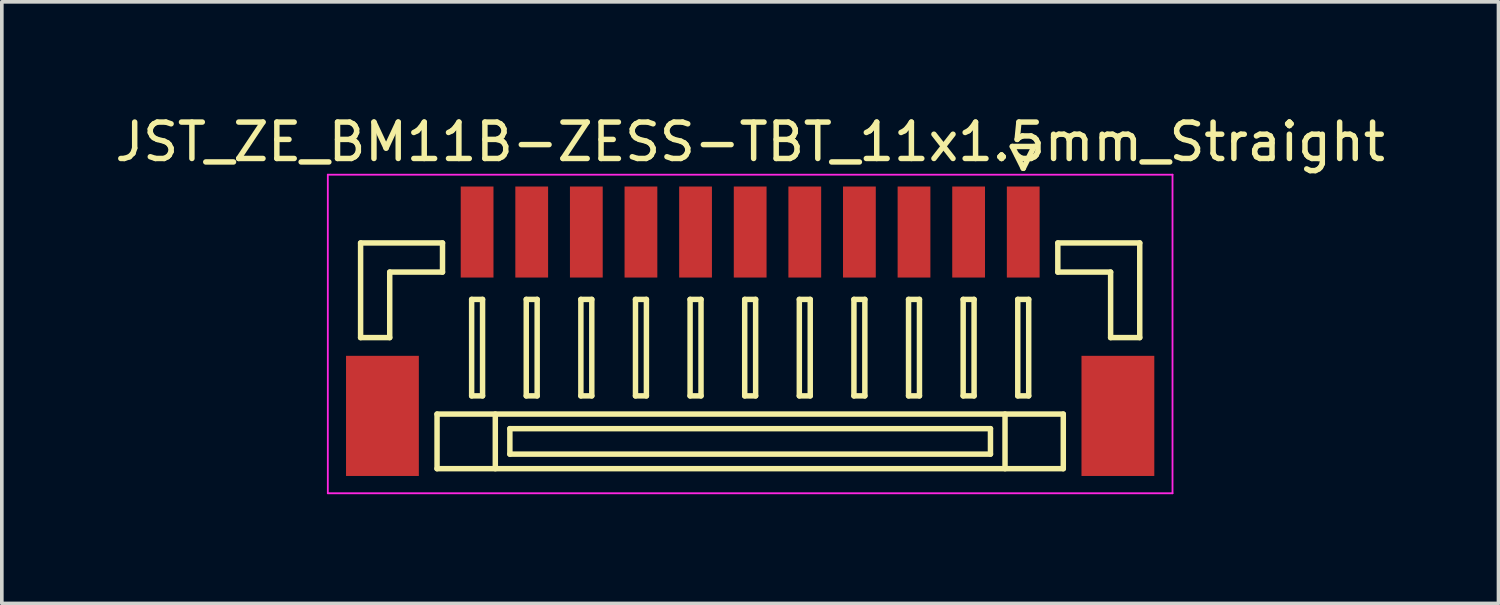
<source format=kicad_pcb>
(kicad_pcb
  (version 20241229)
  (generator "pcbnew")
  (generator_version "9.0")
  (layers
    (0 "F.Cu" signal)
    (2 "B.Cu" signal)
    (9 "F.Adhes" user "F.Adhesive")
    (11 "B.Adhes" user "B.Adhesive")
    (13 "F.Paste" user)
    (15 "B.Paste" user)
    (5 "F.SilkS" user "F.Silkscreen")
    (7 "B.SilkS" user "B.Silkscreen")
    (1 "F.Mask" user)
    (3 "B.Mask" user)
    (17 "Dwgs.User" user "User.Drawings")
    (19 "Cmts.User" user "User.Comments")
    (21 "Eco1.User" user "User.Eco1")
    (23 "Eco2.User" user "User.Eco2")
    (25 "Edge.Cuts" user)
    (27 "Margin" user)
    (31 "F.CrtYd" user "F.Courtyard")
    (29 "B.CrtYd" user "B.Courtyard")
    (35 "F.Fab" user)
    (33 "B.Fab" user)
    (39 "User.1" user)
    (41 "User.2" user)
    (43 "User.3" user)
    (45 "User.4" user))
  (footprint "JST_ZE_BM11B-ZESS-TBT_11x1.5mm_Straight"
    (layer "F.Cu")
    (at 17.554 5.848)
    (property "Reference" "JST_ZE_BM11B-ZESS-TBT_11x1.5mm_Straight" (at 0 -5 0) (layer "F.SilkS") (effects (font (size 1 1) (thickness 0.15))))
    (attr smd)
    (fp_line (start -10.7 -2.225) (end -10.7 0.375) (stroke (width 0.15) (type solid)) (layer "F.SilkS"))
    (fp_line (start -10.7 0.375) (end -9.9 0.375) (stroke (width 0.15) (type solid)) (layer "F.SilkS"))
    (fp_line (start -9.9 -1.425) (end -8.45 -1.425) (stroke (width 0.15) (type solid)) (layer "F.SilkS"))
    (fp_line (start -9.9 0.375) (end -9.9 -1.425) (stroke (width 0.15) (type solid)) (layer "F.SilkS"))
    (fp_line (start -8.6 2.475) (end -8.6 3.975) (stroke (width 0.15) (type solid)) (layer "F.SilkS"))
    (fp_line (start -8.6 3.975) (end 8.6 3.975) (stroke (width 0.15) (type solid)) (layer "F.SilkS"))
    (fp_line (start -8.45 -2.225) (end -10.7 -2.225) (stroke (width 0.15) (type solid)) (layer "F.SilkS"))
    (fp_line (start -8.45 -1.425) (end -8.45 -2.225) (stroke (width 0.15) (type solid)) (layer "F.SilkS"))
    (fp_line (start -7.65 -0.675) (end -7.65 1.975) (stroke (width 0.15) (type solid)) (layer "F.SilkS"))
    (fp_line (start -7.65 1.975) (end -7.35 1.975) (stroke (width 0.15) (type solid)) (layer "F.SilkS"))
    (fp_line (start -7.35 -0.675) (end -7.65 -0.675) (stroke (width 0.15) (type solid)) (layer "F.SilkS"))
    (fp_line (start -7.35 1.975) (end -7.35 -0.675) (stroke (width 0.15) (type solid)) (layer "F.SilkS"))
    (fp_line (start -7 2.475) (end -7 3.975) (stroke (width 0.15) (type solid)) (layer "F.SilkS"))
    (fp_line (start -6.6 2.875) (end -6.6 3.575) (stroke (width 0.15) (type solid)) (layer "F.SilkS"))
    (fp_line (start -6.6 3.575) (end 6.6 3.575) (stroke (width 0.15) (type solid)) (layer "F.SilkS"))
    (fp_line (start -6.15 -0.675) (end -6.15 1.975) (stroke (width 0.15) (type solid)) (layer "F.SilkS"))
    (fp_line (start -6.15 1.975) (end -5.85 1.975) (stroke (width 0.15) (type solid)) (layer "F.SilkS"))
    (fp_line (start -5.85 -0.675) (end -6.15 -0.675) (stroke (width 0.15) (type solid)) (layer "F.SilkS"))
    (fp_line (start -5.85 1.975) (end -5.85 -0.675) (stroke (width 0.15) (type solid)) (layer "F.SilkS"))
    (fp_line (start -4.65 -0.675) (end -4.65 1.975) (stroke (width 0.15) (type solid)) (layer "F.SilkS"))
    (fp_line (start -4.65 1.975) (end -4.35 1.975) (stroke (width 0.15) (type solid)) (layer "F.SilkS"))
    (fp_line (start -4.35 -0.675) (end -4.65 -0.675) (stroke (width 0.15) (type solid)) (layer "F.SilkS"))
    (fp_line (start -4.35 1.975) (end -4.35 -0.675) (stroke (width 0.15) (type solid)) (layer "F.SilkS"))
    (fp_line (start -3.15 -0.675) (end -3.15 1.975) (stroke (width 0.15) (type solid)) (layer "F.SilkS"))
    (fp_line (start -3.15 1.975) (end -2.85 1.975) (stroke (width 0.15) (type solid)) (layer "F.SilkS"))
    (fp_line (start -2.85 -0.675) (end -3.15 -0.675) (stroke (width 0.15) (type solid)) (layer "F.SilkS"))
    (fp_line (start -2.85 1.975) (end -2.85 -0.675) (stroke (width 0.15) (type solid)) (layer "F.SilkS"))
    (fp_line (start -1.65 -0.675) (end -1.65 1.975) (stroke (width 0.15) (type solid)) (layer "F.SilkS"))
    (fp_line (start -1.65 1.975) (end -1.35 1.975) (stroke (width 0.15) (type solid)) (layer "F.SilkS"))
    (fp_line (start -1.35 -0.675) (end -1.65 -0.675) (stroke (width 0.15) (type solid)) (layer "F.SilkS"))
    (fp_line (start -1.35 1.975) (end -1.35 -0.675) (stroke (width 0.15) (type solid)) (layer "F.SilkS"))
    (fp_line (start -0.15 -0.675) (end -0.15 1.975) (stroke (width 0.15) (type solid)) (layer "F.SilkS"))
    (fp_line (start -0.15 1.975) (end 0.15 1.975) (stroke (width 0.15) (type solid)) (layer "F.SilkS"))
    (fp_line (start 0.15 -0.675) (end -0.15 -0.675) (stroke (width 0.15) (type solid)) (layer "F.SilkS"))
    (fp_line (start 0.15 1.975) (end 0.15 -0.675) (stroke (width 0.15) (type solid)) (layer "F.SilkS"))
    (fp_line (start 1.35 -0.675) (end 1.35 1.975) (stroke (width 0.15) (type solid)) (layer "F.SilkS"))
    (fp_line (start 1.35 1.975) (end 1.65 1.975) (stroke (width 0.15) (type solid)) (layer "F.SilkS"))
    (fp_line (start 1.65 -0.675) (end 1.35 -0.675) (stroke (width 0.15) (type solid)) (layer "F.SilkS"))
    (fp_line (start 1.65 1.975) (end 1.65 -0.675) (stroke (width 0.15) (type solid)) (layer "F.SilkS"))
    (fp_line (start 2.85 -0.675) (end 2.85 1.975) (stroke (width 0.15) (type solid)) (layer "F.SilkS"))
    (fp_line (start 2.85 1.975) (end 3.15 1.975) (stroke (width 0.15) (type solid)) (layer "F.SilkS"))
    (fp_line (start 3.15 -0.675) (end 2.85 -0.675) (stroke (width 0.15) (type solid)) (layer "F.SilkS"))
    (fp_line (start 3.15 1.975) (end 3.15 -0.675) (stroke (width 0.15) (type solid)) (layer "F.SilkS"))
    (fp_line (start 4.35 -0.675) (end 4.35 1.975) (stroke (width 0.15) (type solid)) (layer "F.SilkS"))
    (fp_line (start 4.35 1.975) (end 4.65 1.975) (stroke (width 0.15) (type solid)) (layer "F.SilkS"))
    (fp_line (start 4.65 -0.675) (end 4.35 -0.675) (stroke (width 0.15) (type solid)) (layer "F.SilkS"))
    (fp_line (start 4.65 1.975) (end 4.65 -0.675) (stroke (width 0.15) (type solid)) (layer "F.SilkS"))
    (fp_line (start 5.85 -0.675) (end 5.85 1.975) (stroke (width 0.15) (type solid)) (layer "F.SilkS"))
    (fp_line (start 5.85 1.975) (end 6.15 1.975) (stroke (width 0.15) (type solid)) (layer "F.SilkS"))
    (fp_line (start 6.15 -0.675) (end 5.85 -0.675) (stroke (width 0.15) (type solid)) (layer "F.SilkS"))
    (fp_line (start 6.15 1.975) (end 6.15 -0.675) (stroke (width 0.15) (type solid)) (layer "F.SilkS"))
    (fp_line (start 6.6 2.875) (end -6.6 2.875) (stroke (width 0.15) (type solid)) (layer "F.SilkS"))
    (fp_line (start 6.6 3.575) (end 6.6 2.875) (stroke (width 0.15) (type solid)) (layer "F.SilkS"))
    (fp_line (start 7 2.475) (end 7 3.975) (stroke (width 0.15) (type solid)) (layer "F.SilkS"))
    (fp_line (start 7.2 -4.875) (end 7.5 -4.275) (stroke (width 0.15) (type solid)) (layer "F.SilkS"))
    (fp_line (start 7.35 -0.675) (end 7.35 1.975) (stroke (width 0.15) (type solid)) (layer "F.SilkS"))
    (fp_line (start 7.35 1.975) (end 7.65 1.975) (stroke (width 0.15) (type solid)) (layer "F.SilkS"))
    (fp_line (start 7.5 -4.275) (end 7.8 -4.875) (stroke (width 0.15) (type solid)) (layer "F.SilkS"))
    (fp_line (start 7.65 -0.675) (end 7.35 -0.675) (stroke (width 0.15) (type solid)) (layer "F.SilkS"))
    (fp_line (start 7.65 1.975) (end 7.65 -0.675) (stroke (width 0.15) (type solid)) (layer "F.SilkS"))
    (fp_line (start 7.8 -4.875) (end 7.2 -4.875) (stroke (width 0.15) (type solid)) (layer "F.SilkS"))
    (fp_line (start 8.45 -2.225) (end 10.7 -2.225) (stroke (width 0.15) (type solid)) (layer "F.SilkS"))
    (fp_line (start 8.45 -1.425) (end 8.45 -2.225) (stroke (width 0.15) (type solid)) (layer "F.SilkS"))
    (fp_line (start 8.6 2.475) (end -8.6 2.475) (stroke (width 0.15) (type solid)) (layer "F.SilkS"))
    (fp_line (start 8.6 3.975) (end 8.6 2.475) (stroke (width 0.15) (type solid)) (layer "F.SilkS"))
    (fp_line (start 9.9 -1.425) (end 8.45 -1.425) (stroke (width 0.15) (type solid)) (layer "F.SilkS"))
    (fp_line (start 9.9 0.375) (end 9.9 -1.425) (stroke (width 0.15) (type solid)) (layer "F.SilkS"))
    (fp_line (start 10.7 -2.225) (end 10.7 0.375) (stroke (width 0.15) (type solid)) (layer "F.SilkS"))
    (fp_line (start 10.7 0.375) (end 9.9 0.375) (stroke (width 0.15) (type solid)) (layer "F.SilkS"))
    (fp_line (start -11.6 -4.1) (end -11.6 4.65) (stroke (width 0.05) (type solid)) (layer "F.CrtYd"))
    (fp_line (start -11.6 4.65) (end 11.6 4.65) (stroke (width 0.05) (type solid)) (layer "F.CrtYd"))
    (fp_line (start 11.6 -4.1) (end -11.6 -4.1) (stroke (width 0.05) (type solid)) (layer "F.CrtYd"))
    (fp_line (start 11.6 4.65) (end 11.6 -4.1) (stroke (width 0.05) (type solid)) (layer "F.CrtYd"))
    (pad "" smd rect (at -10.1 2.525) (size 2 3.3) (layers "F.Cu" "F.Mask" "F.Paste"))
    (pad "" smd rect (at 10.1 2.525) (size 2 3.3) (layers "F.Cu" "F.Mask" "F.Paste"))
    (pad "1" smd rect (at 7.5 -2.525) (size 0.9 2.5) (layers "F.Cu" "F.Mask" "F.Paste"))
    (pad "2" smd rect (at 6 -2.525) (size 0.9 2.5) (layers "F.Cu" "F.Mask" "F.Paste"))
    (pad "3" smd rect (at 4.5 -2.525) (size 0.9 2.5) (layers "F.Cu" "F.Mask" "F.Paste"))
    (pad "4" smd rect (at 3 -2.525) (size 0.9 2.5) (layers "F.Cu" "F.Mask" "F.Paste"))
    (pad "5" smd rect (at 1.5 -2.525) (size 0.9 2.5) (layers "F.Cu" "F.Mask" "F.Paste"))
    (pad "6" smd rect (at 0 -2.525) (size 0.9 2.5) (layers "F.Cu" "F.Mask" "F.Paste"))
    (pad "7" smd rect (at -1.5 -2.525) (size 0.9 2.5) (layers "F.Cu" "F.Mask" "F.Paste"))
    (pad "8" smd rect (at -3 -2.525) (size 0.9 2.5) (layers "F.Cu" "F.Mask" "F.Paste"))
    (pad "9" smd rect (at -4.5 -2.525) (size 0.9 2.5) (layers "F.Cu" "F.Mask" "F.Paste"))
    (pad "10" smd rect (at -6 -2.525) (size 0.9 2.5) (layers "F.Cu" "F.Mask" "F.Paste"))
    (pad "11" smd rect (at -7.5 -2.525) (size 0.9 2.5) (layers "F.Cu" "F.Mask" "F.Paste")))
  (gr_rect
    (start -3 -3)
    (end 38.107 13.523)
    (stroke (width 0.1) (type default))
    (fill no)
    (layer "Edge.Cuts")))
</source>
